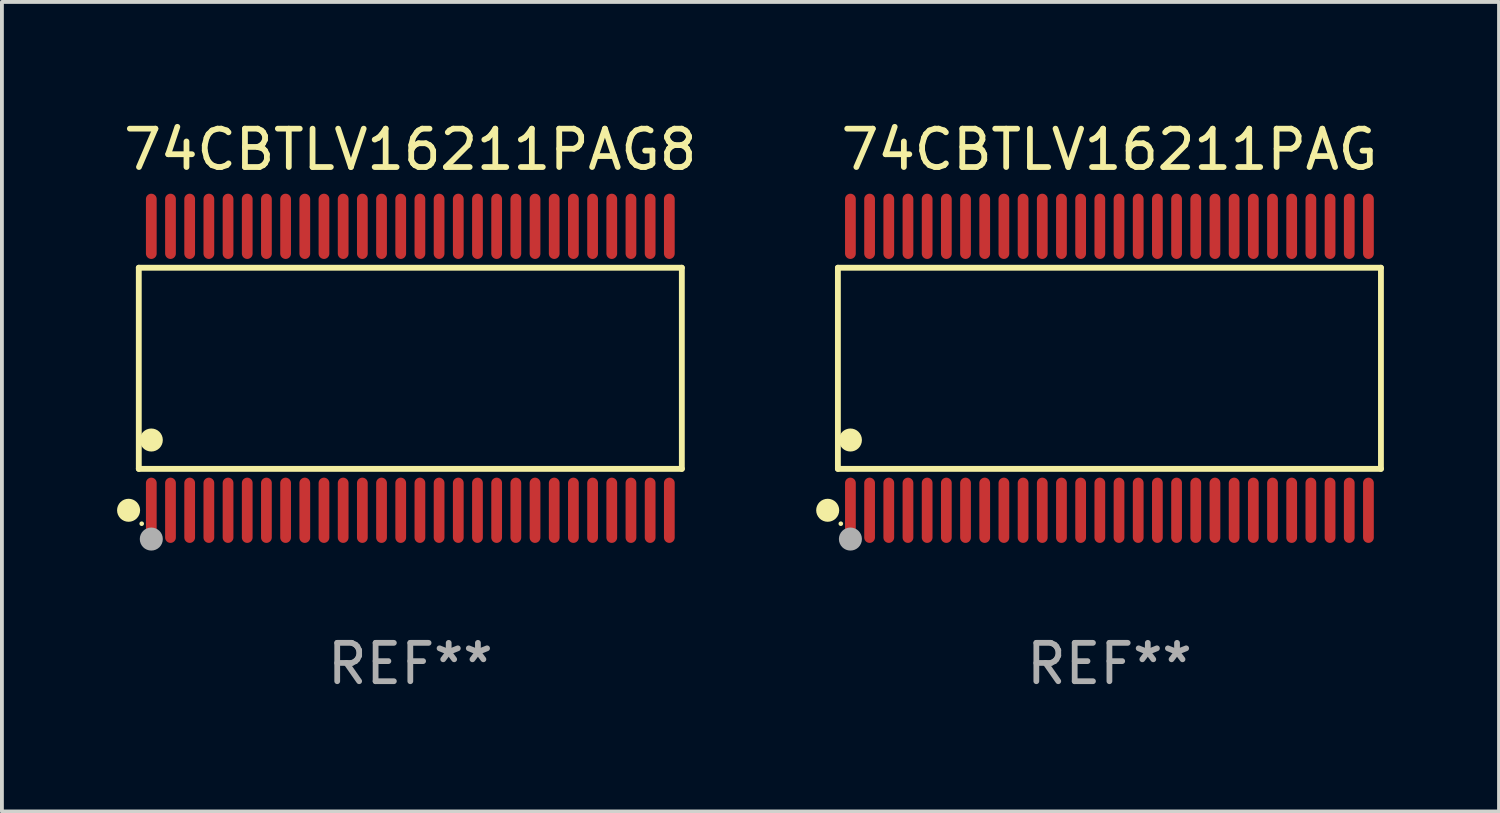
<source format=kicad_pcb>
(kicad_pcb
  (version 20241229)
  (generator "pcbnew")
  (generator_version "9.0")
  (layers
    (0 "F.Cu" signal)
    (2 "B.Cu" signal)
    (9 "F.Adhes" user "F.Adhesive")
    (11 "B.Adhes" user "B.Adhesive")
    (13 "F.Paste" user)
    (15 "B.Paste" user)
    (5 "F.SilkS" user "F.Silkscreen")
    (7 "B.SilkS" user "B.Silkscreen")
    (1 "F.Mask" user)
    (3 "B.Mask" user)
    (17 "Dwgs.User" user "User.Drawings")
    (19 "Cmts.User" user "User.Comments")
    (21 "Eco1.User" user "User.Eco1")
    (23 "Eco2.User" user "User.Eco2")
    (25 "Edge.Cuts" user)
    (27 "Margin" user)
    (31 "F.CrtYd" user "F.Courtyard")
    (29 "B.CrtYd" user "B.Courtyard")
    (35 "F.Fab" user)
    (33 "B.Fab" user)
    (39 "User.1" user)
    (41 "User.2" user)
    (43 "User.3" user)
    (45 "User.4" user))
  (footprint "74CBTLV16211PAG8"
    (layer "F.Cu")
    (at 7.643 6.548)
    (property "Reference" "74CBTLV16211PAG8" (at 0 -5.7 0) (layer "F.SilkS") (effects (font (size 1 1) (thickness 0.15))))
    (attr through_hole)
    (fp_line (start -7.076 -2.621) (end 7.076 -2.621) (stroke (width 0.152) (type solid)) (layer "F.SilkS"))
    (fp_line (start -7.076 2.621) (end -7.076 -2.621) (stroke (width 0.152) (type solid)) (layer "F.SilkS"))
    (fp_line (start 7.076 -2.621) (end 7.076 2.621) (stroke (width 0.152) (type solid)) (layer "F.SilkS"))
    (fp_line (start 7.076 2.621) (end -7.076 2.621) (stroke (width 0.152) (type solid)) (layer "F.SilkS"))
    (fp_circle (center -7.342 3.7) (end -7.192 3.7) (stroke (width 0.3) (type solid)) (fill no) (layer "F.SilkS"))
    (fp_circle (center -7 4.05) (end -6.97 4.05) (stroke (width 0.06) (type solid)) (fill no) (layer "F.SilkS"))
    (fp_circle (center -6.75 1.869) (end -6.6 1.869) (stroke (width 0.3) (type solid)) (fill no) (layer "F.SilkS"))
    (fp_circle (center -6.75 4.45) (end -6.6 4.45) (stroke (width 0.3) (type solid)) (fill no) (layer "F.Fab"))
    (fp_text user "REF**" (at 0 7.7 0) (layer "F.Fab") (effects (font (size 1 1) (thickness 0.15))))
    (pad "1" smd oval (at -6.75 3.7) (size 0.28 1.7) (layers "F.Cu" "F.Mask" "F.Paste"))
    (pad "2" smd oval (at -6.25 3.7) (size 0.28 1.7) (layers "F.Cu" "F.Mask" "F.Paste"))
    (pad "3" smd oval (at -5.75 3.7) (size 0.28 1.7) (layers "F.Cu" "F.Mask" "F.Paste"))
    (pad "4" smd oval (at -5.25 3.7) (size 0.28 1.7) (layers "F.Cu" "F.Mask" "F.Paste"))
    (pad "5" smd oval (at -4.75 3.7) (size 0.28 1.7) (layers "F.Cu" "F.Mask" "F.Paste"))
    (pad "6" smd oval (at -4.25 3.7) (size 0.28 1.7) (layers "F.Cu" "F.Mask" "F.Paste"))
    (pad "7" smd oval (at -3.75 3.7) (size 0.28 1.7) (layers "F.Cu" "F.Mask" "F.Paste"))
    (pad "8" smd oval (at -3.25 3.7) (size 0.28 1.7) (layers "F.Cu" "F.Mask" "F.Paste"))
    (pad "9" smd oval (at -2.75 3.7) (size 0.28 1.7) (layers "F.Cu" "F.Mask" "F.Paste"))
    (pad "10" smd oval (at -2.25 3.7) (size 0.28 1.7) (layers "F.Cu" "F.Mask" "F.Paste"))
    (pad "11" smd oval (at -1.75 3.7) (size 0.28 1.7) (layers "F.Cu" "F.Mask" "F.Paste"))
    (pad "12" smd oval (at -1.25 3.7) (size 0.28 1.7) (layers "F.Cu" "F.Mask" "F.Paste"))
    (pad "13" smd oval (at -0.75 3.7) (size 0.28 1.7) (layers "F.Cu" "F.Mask" "F.Paste"))
    (pad "14" smd oval (at -0.25 3.7) (size 0.28 1.7) (layers "F.Cu" "F.Mask" "F.Paste"))
    (pad "15" smd oval (at 0.25 3.7) (size 0.28 1.7) (layers "F.Cu" "F.Mask" "F.Paste"))
    (pad "16" smd oval (at 0.75 3.7) (size 0.28 1.7) (layers "F.Cu" "F.Mask" "F.Paste"))
    (pad "17" smd oval (at 1.25 3.7) (size 0.28 1.7) (layers "F.Cu" "F.Mask" "F.Paste"))
    (pad "18" smd oval (at 1.75 3.7) (size 0.28 1.7) (layers "F.Cu" "F.Mask" "F.Paste"))
    (pad "19" smd oval (at 2.25 3.7) (size 0.28 1.7) (layers "F.Cu" "F.Mask" "F.Paste"))
    (pad "20" smd oval (at 2.75 3.7) (size 0.28 1.7) (layers "F.Cu" "F.Mask" "F.Paste"))
    (pad "21" smd oval (at 3.25 3.7) (size 0.28 1.7) (layers "F.Cu" "F.Mask" "F.Paste"))
    (pad "22" smd oval (at 3.75 3.7) (size 0.28 1.7) (layers "F.Cu" "F.Mask" "F.Paste"))
    (pad "23" smd oval (at 4.25 3.7) (size 0.28 1.7) (layers "F.Cu" "F.Mask" "F.Paste"))
    (pad "24" smd oval (at 4.75 3.7) (size 0.28 1.7) (layers "F.Cu" "F.Mask" "F.Paste"))
    (pad "25" smd oval (at 5.25 3.7) (size 0.28 1.7) (layers "F.Cu" "F.Mask" "F.Paste"))
    (pad "26" smd oval (at 5.75 3.7) (size 0.28 1.7) (layers "F.Cu" "F.Mask" "F.Paste"))
    (pad "27" smd oval (at 6.25 3.7) (size 0.28 1.7) (layers "F.Cu" "F.Mask" "F.Paste"))
    (pad "28" smd oval (at 6.75 3.7) (size 0.28 1.7) (layers "F.Cu" "F.Mask" "F.Paste"))
    (pad "29" smd oval (at 6.75 -3.7) (size 0.28 1.7) (layers "F.Cu" "F.Mask" "F.Paste"))
    (pad "30" smd oval (at 6.25 -3.7) (size 0.28 1.7) (layers "F.Cu" "F.Mask" "F.Paste"))
    (pad "31" smd oval (at 5.75 -3.7) (size 0.28 1.7) (layers "F.Cu" "F.Mask" "F.Paste"))
    (pad "32" smd oval (at 5.25 -3.7) (size 0.28 1.7) (layers "F.Cu" "F.Mask" "F.Paste"))
    (pad "33" smd oval (at 4.75 -3.7) (size 0.28 1.7) (layers "F.Cu" "F.Mask" "F.Paste"))
    (pad "34" smd oval (at 4.25 -3.7) (size 0.28 1.7) (layers "F.Cu" "F.Mask" "F.Paste"))
    (pad "35" smd oval (at 3.75 -3.7) (size 0.28 1.7) (layers "F.Cu" "F.Mask" "F.Paste"))
    (pad "36" smd oval (at 3.25 -3.7) (size 0.28 1.7) (layers "F.Cu" "F.Mask" "F.Paste"))
    (pad "37" smd oval (at 2.75 -3.7) (size 0.28 1.7) (layers "F.Cu" "F.Mask" "F.Paste"))
    (pad "38" smd oval (at 2.25 -3.7) (size 0.28 1.7) (layers "F.Cu" "F.Mask" "F.Paste"))
    (pad "39" smd oval (at 1.75 -3.7) (size 0.28 1.7) (layers "F.Cu" "F.Mask" "F.Paste"))
    (pad "40" smd oval (at 1.25 -3.7) (size 0.28 1.7) (layers "F.Cu" "F.Mask" "F.Paste"))
    (pad "41" smd oval (at 0.75 -3.7) (size 0.28 1.7) (layers "F.Cu" "F.Mask" "F.Paste"))
    (pad "42" smd oval (at 0.25 -3.7) (size 0.28 1.7) (layers "F.Cu" "F.Mask" "F.Paste"))
    (pad "43" smd oval (at -0.25 -3.7) (size 0.28 1.7) (layers "F.Cu" "F.Mask" "F.Paste"))
    (pad "44" smd oval (at -0.75 -3.7) (size 0.28 1.7) (layers "F.Cu" "F.Mask" "F.Paste"))
    (pad "45" smd oval (at -1.25 -3.7) (size 0.28 1.7) (layers "F.Cu" "F.Mask" "F.Paste"))
    (pad "46" smd oval (at -1.75 -3.7) (size 0.28 1.7) (layers "F.Cu" "F.Mask" "F.Paste"))
    (pad "47" smd oval (at -2.25 -3.7) (size 0.28 1.7) (layers "F.Cu" "F.Mask" "F.Paste"))
    (pad "48" smd oval (at -2.75 -3.7) (size 0.28 1.7) (layers "F.Cu" "F.Mask" "F.Paste"))
    (pad "49" smd oval (at -3.25 -3.7) (size 0.28 1.7) (layers "F.Cu" "F.Mask" "F.Paste"))
    (pad "50" smd oval (at -3.75 -3.7) (size 0.28 1.7) (layers "F.Cu" "F.Mask" "F.Paste"))
    (pad "51" smd oval (at -4.25 -3.7) (size 0.28 1.7) (layers "F.Cu" "F.Mask" "F.Paste"))
    (pad "52" smd oval (at -4.75 -3.7) (size 0.28 1.7) (layers "F.Cu" "F.Mask" "F.Paste"))
    (pad "53" smd oval (at -5.25 -3.7) (size 0.28 1.7) (layers "F.Cu" "F.Mask" "F.Paste"))
    (pad "54" smd oval (at -5.75 -3.7) (size 0.28 1.7) (layers "F.Cu" "F.Mask" "F.Paste"))
    (pad "55" smd oval (at -6.25 -3.7) (size 0.28 1.7) (layers "F.Cu" "F.Mask" "F.Paste"))
    (pad "56" smd oval (at -6.75 -3.7) (size 0.28 1.7) (layers "F.Cu" "F.Mask" "F.Paste")))
  (footprint "74CBTLV16211PAG"
    (layer "F.Cu")
    (at 25.862 6.548)
    (property "Reference" "74CBTLV16211PAG" (at 0 -5.7 0) (layer "F.SilkS") (effects (font (size 1 1) (thickness 0.15))))
    (attr through_hole)
    (fp_line (start -7.076 -2.621) (end 7.076 -2.621) (stroke (width 0.152) (type solid)) (layer "F.SilkS"))
    (fp_line (start -7.076 2.621) (end -7.076 -2.621) (stroke (width 0.152) (type solid)) (layer "F.SilkS"))
    (fp_line (start 7.076 -2.621) (end 7.076 2.621) (stroke (width 0.152) (type solid)) (layer "F.SilkS"))
    (fp_line (start 7.076 2.621) (end -7.076 2.621) (stroke (width 0.152) (type solid)) (layer "F.SilkS"))
    (fp_circle (center -7.342 3.7) (end -7.192 3.7) (stroke (width 0.3) (type solid)) (fill no) (layer "F.SilkS"))
    (fp_circle (center -7 4.05) (end -6.97 4.05) (stroke (width 0.06) (type solid)) (fill no) (layer "F.SilkS"))
    (fp_circle (center -6.75 1.869) (end -6.6 1.869) (stroke (width 0.3) (type solid)) (fill no) (layer "F.SilkS"))
    (fp_circle (center -6.75 4.45) (end -6.6 4.45) (stroke (width 0.3) (type solid)) (fill no) (layer "F.Fab"))
    (fp_text user "REF**" (at 0 7.7 0) (layer "F.Fab") (effects (font (size 1 1) (thickness 0.15))))
    (pad "1" smd oval (at -6.75 3.7) (size 0.28 1.7) (layers "F.Cu" "F.Mask" "F.Paste"))
    (pad "2" smd oval (at -6.25 3.7) (size 0.28 1.7) (layers "F.Cu" "F.Mask" "F.Paste"))
    (pad "3" smd oval (at -5.75 3.7) (size 0.28 1.7) (layers "F.Cu" "F.Mask" "F.Paste"))
    (pad "4" smd oval (at -5.25 3.7) (size 0.28 1.7) (layers "F.Cu" "F.Mask" "F.Paste"))
    (pad "5" smd oval (at -4.75 3.7) (size 0.28 1.7) (layers "F.Cu" "F.Mask" "F.Paste"))
    (pad "6" smd oval (at -4.25 3.7) (size 0.28 1.7) (layers "F.Cu" "F.Mask" "F.Paste"))
    (pad "7" smd oval (at -3.75 3.7) (size 0.28 1.7) (layers "F.Cu" "F.Mask" "F.Paste"))
    (pad "8" smd oval (at -3.25 3.7) (size 0.28 1.7) (layers "F.Cu" "F.Mask" "F.Paste"))
    (pad "9" smd oval (at -2.75 3.7) (size 0.28 1.7) (layers "F.Cu" "F.Mask" "F.Paste"))
    (pad "10" smd oval (at -2.25 3.7) (size 0.28 1.7) (layers "F.Cu" "F.Mask" "F.Paste"))
    (pad "11" smd oval (at -1.75 3.7) (size 0.28 1.7) (layers "F.Cu" "F.Mask" "F.Paste"))
    (pad "12" smd oval (at -1.25 3.7) (size 0.28 1.7) (layers "F.Cu" "F.Mask" "F.Paste"))
    (pad "13" smd oval (at -0.75 3.7) (size 0.28 1.7) (layers "F.Cu" "F.Mask" "F.Paste"))
    (pad "14" smd oval (at -0.25 3.7) (size 0.28 1.7) (layers "F.Cu" "F.Mask" "F.Paste"))
    (pad "15" smd oval (at 0.25 3.7) (size 0.28 1.7) (layers "F.Cu" "F.Mask" "F.Paste"))
    (pad "16" smd oval (at 0.75 3.7) (size 0.28 1.7) (layers "F.Cu" "F.Mask" "F.Paste"))
    (pad "17" smd oval (at 1.25 3.7) (size 0.28 1.7) (layers "F.Cu" "F.Mask" "F.Paste"))
    (pad "18" smd oval (at 1.75 3.7) (size 0.28 1.7) (layers "F.Cu" "F.Mask" "F.Paste"))
    (pad "19" smd oval (at 2.25 3.7) (size 0.28 1.7) (layers "F.Cu" "F.Mask" "F.Paste"))
    (pad "20" smd oval (at 2.75 3.7) (size 0.28 1.7) (layers "F.Cu" "F.Mask" "F.Paste"))
    (pad "21" smd oval (at 3.25 3.7) (size 0.28 1.7) (layers "F.Cu" "F.Mask" "F.Paste"))
    (pad "22" smd oval (at 3.75 3.7) (size 0.28 1.7) (layers "F.Cu" "F.Mask" "F.Paste"))
    (pad "23" smd oval (at 4.25 3.7) (size 0.28 1.7) (layers "F.Cu" "F.Mask" "F.Paste"))
    (pad "24" smd oval (at 4.75 3.7) (size 0.28 1.7) (layers "F.Cu" "F.Mask" "F.Paste"))
    (pad "25" smd oval (at 5.25 3.7) (size 0.28 1.7) (layers "F.Cu" "F.Mask" "F.Paste"))
    (pad "26" smd oval (at 5.75 3.7) (size 0.28 1.7) (layers "F.Cu" "F.Mask" "F.Paste"))
    (pad "27" smd oval (at 6.25 3.7) (size 0.28 1.7) (layers "F.Cu" "F.Mask" "F.Paste"))
    (pad "28" smd oval (at 6.75 3.7) (size 0.28 1.7) (layers "F.Cu" "F.Mask" "F.Paste"))
    (pad "29" smd oval (at 6.75 -3.7) (size 0.28 1.7) (layers "F.Cu" "F.Mask" "F.Paste"))
    (pad "30" smd oval (at 6.25 -3.7) (size 0.28 1.7) (layers "F.Cu" "F.Mask" "F.Paste"))
    (pad "31" smd oval (at 5.75 -3.7) (size 0.28 1.7) (layers "F.Cu" "F.Mask" "F.Paste"))
    (pad "32" smd oval (at 5.25 -3.7) (size 0.28 1.7) (layers "F.Cu" "F.Mask" "F.Paste"))
    (pad "33" smd oval (at 4.75 -3.7) (size 0.28 1.7) (layers "F.Cu" "F.Mask" "F.Paste"))
    (pad "34" smd oval (at 4.25 -3.7) (size 0.28 1.7) (layers "F.Cu" "F.Mask" "F.Paste"))
    (pad "35" smd oval (at 3.75 -3.7) (size 0.28 1.7) (layers "F.Cu" "F.Mask" "F.Paste"))
    (pad "36" smd oval (at 3.25 -3.7) (size 0.28 1.7) (layers "F.Cu" "F.Mask" "F.Paste"))
    (pad "37" smd oval (at 2.75 -3.7) (size 0.28 1.7) (layers "F.Cu" "F.Mask" "F.Paste"))
    (pad "38" smd oval (at 2.25 -3.7) (size 0.28 1.7) (layers "F.Cu" "F.Mask" "F.Paste"))
    (pad "39" smd oval (at 1.75 -3.7) (size 0.28 1.7) (layers "F.Cu" "F.Mask" "F.Paste"))
    (pad "40" smd oval (at 1.25 -3.7) (size 0.28 1.7) (layers "F.Cu" "F.Mask" "F.Paste"))
    (pad "41" smd oval (at 0.75 -3.7) (size 0.28 1.7) (layers "F.Cu" "F.Mask" "F.Paste"))
    (pad "42" smd oval (at 0.25 -3.7) (size 0.28 1.7) (layers "F.Cu" "F.Mask" "F.Paste"))
    (pad "43" smd oval (at -0.25 -3.7) (size 0.28 1.7) (layers "F.Cu" "F.Mask" "F.Paste"))
    (pad "44" smd oval (at -0.75 -3.7) (size 0.28 1.7) (layers "F.Cu" "F.Mask" "F.Paste"))
    (pad "45" smd oval (at -1.25 -3.7) (size 0.28 1.7) (layers "F.Cu" "F.Mask" "F.Paste"))
    (pad "46" smd oval (at -1.75 -3.7) (size 0.28 1.7) (layers "F.Cu" "F.Mask" "F.Paste"))
    (pad "47" smd oval (at -2.25 -3.7) (size 0.28 1.7) (layers "F.Cu" "F.Mask" "F.Paste"))
    (pad "48" smd oval (at -2.75 -3.7) (size 0.28 1.7) (layers "F.Cu" "F.Mask" "F.Paste"))
    (pad "49" smd oval (at -3.25 -3.7) (size 0.28 1.7) (layers "F.Cu" "F.Mask" "F.Paste"))
    (pad "50" smd oval (at -3.75 -3.7) (size 0.28 1.7) (layers "F.Cu" "F.Mask" "F.Paste"))
    (pad "51" smd oval (at -4.25 -3.7) (size 0.28 1.7) (layers "F.Cu" "F.Mask" "F.Paste"))
    (pad "52" smd oval (at -4.75 -3.7) (size 0.28 1.7) (layers "F.Cu" "F.Mask" "F.Paste"))
    (pad "53" smd oval (at -5.25 -3.7) (size 0.28 1.7) (layers "F.Cu" "F.Mask" "F.Paste"))
    (pad "54" smd oval (at -5.75 -3.7) (size 0.28 1.7) (layers "F.Cu" "F.Mask" "F.Paste"))
    (pad "55" smd oval (at -6.25 -3.7) (size 0.28 1.7) (layers "F.Cu" "F.Mask" "F.Paste"))
    (pad "56" smd oval (at -6.75 -3.7) (size 0.28 1.7) (layers "F.Cu" "F.Mask" "F.Paste")))
  (gr_rect
    (start -3 -3)
    (end 36.015 18.097)
    (stroke (width 0.1) (type default))
    (fill no)
    (layer "Edge.Cuts")))
</source>
